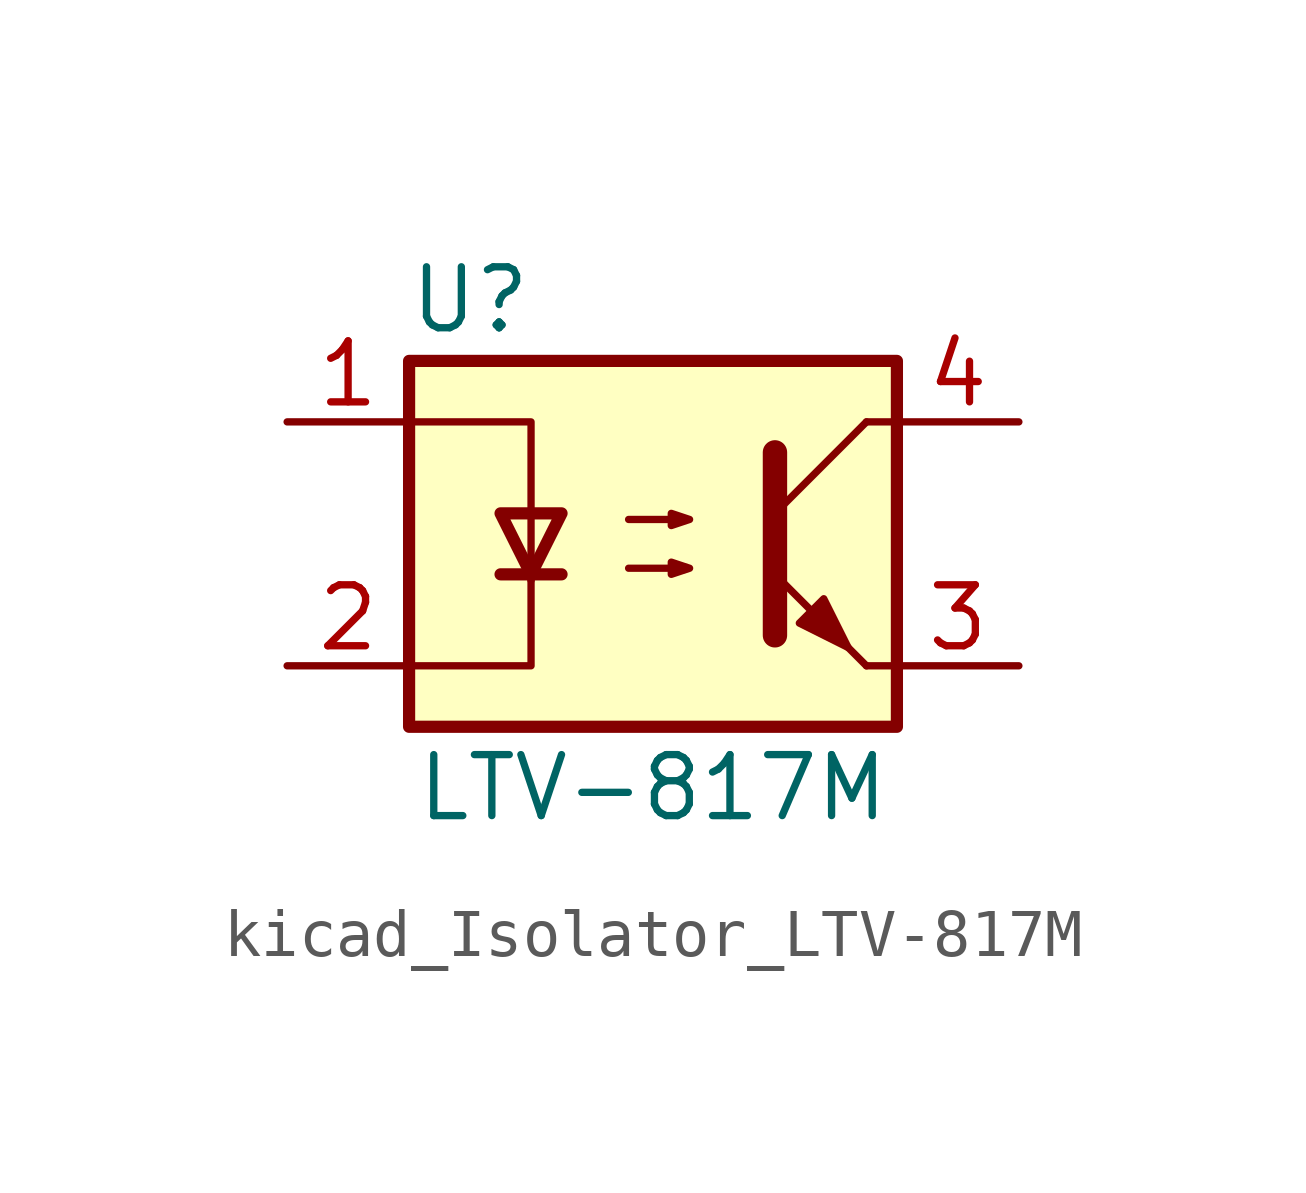
<source format=kicad_sym>
(kicad_symbol_lib
  (version 20220914)
  (generator kicad_symbol_editor)
  (symbol "kicad_Isolator_LTV-817M"
    (pin_names
      (offset 1.016))
    (property "Reference" "U"
      (at -3.81 5.08 0)
      (effects (font (size 1.27 1.27))))
    (property "Value" "LTV-817M"
      (at 0 -5.08 0)
      (effects (font (size 1.27 1.27))))
    (symbol "kicad_Isolator_LTV-817M_1_1"
      (rectangle (start -5.08 3.81) (end 5.08 -3.81) (stroke (width 0.254) (type default)) (fill (type background)))
      (polyline (pts (xy -3.175 -0.635) (xy -1.905 -0.635)) (stroke (width 0.254) (type default)) (fill (type none)))
      (polyline (pts (xy 2.54 0.635) (xy 4.445 2.54)) (stroke (width 0) (type default)) (fill (type none)))
      (polyline (pts (xy 4.445 -2.54) (xy 2.54 -0.635)) (stroke (width 0) (type default)) (fill (type outline)))
      (polyline (pts (xy 4.445 -2.54) (xy 5.08 -2.54)) (stroke (width 0) (type default)) (fill (type none)))
      (polyline (pts (xy 4.445 2.54) (xy 5.08 2.54)) (stroke (width 0) (type default)) (fill (type none)))
      (polyline (pts (xy -5.08 2.54) (xy -2.54 2.54) (xy -2.54 -0.762)) (stroke (width 0) (type default)) (fill (type none)))
      (polyline (pts (xy -2.54 -0.635) (xy -2.54 -2.54) (xy -5.08 -2.54)) (stroke (width 0) (type default)) (fill (type none)))
      (polyline (pts (xy 2.54 1.905) (xy 2.54 -1.905) (xy 2.54 -1.905)) (stroke (width 0.508) (type default)) (fill (type none)))
      (polyline (pts (xy -2.54 -0.635) (xy -3.175 0.635) (xy -1.905 0.635) (xy -2.54 -0.635)) (stroke (width 0.254) (type default)) (fill (type none)))
      (polyline (pts (xy -0.508 -0.508) (xy 0.762 -0.508) (xy 0.381 -0.635) (xy 0.381 -0.381) (xy 0.762 -0.508)) (stroke (width 0) (type default)) (fill (type none)))
      (polyline (pts (xy -0.508 0.508) (xy 0.762 0.508) (xy 0.381 0.381) (xy 0.381 0.635) (xy 0.762 0.508)) (stroke (width 0) (type default)) (fill (type none)))
      (polyline (pts (xy 3.048 -1.651) (xy 3.556 -1.143) (xy 4.064 -2.159) (xy 3.048 -1.651) (xy 3.048 -1.651)) (stroke (width 0) (type default)) (fill (type outline)))
      (pin passive line (at -7.62 2.54 0) (length 2.54) (name "~" (effects (font (size 1.27 1.27)))) (number "1" (effects (font (size 1.27 1.27)))))
      (pin passive line (at -7.62 -2.54 0) (length 2.54) (name "~" (effects (font (size 1.27 1.27)))) (number "2" (effects (font (size 1.27 1.27)))))
      (pin passive line (at 7.62 -2.54 180) (length 2.54) (name "~" (effects (font (size 1.27 1.27)))) (number "3" (effects (font (size 1.27 1.27)))))
      (pin passive line (at 7.62 2.54 180) (length 2.54) (name "~" (effects (font (size 1.27 1.27)))) (number "4" (effects (font (size 1.27 1.27))))))))
</source>
